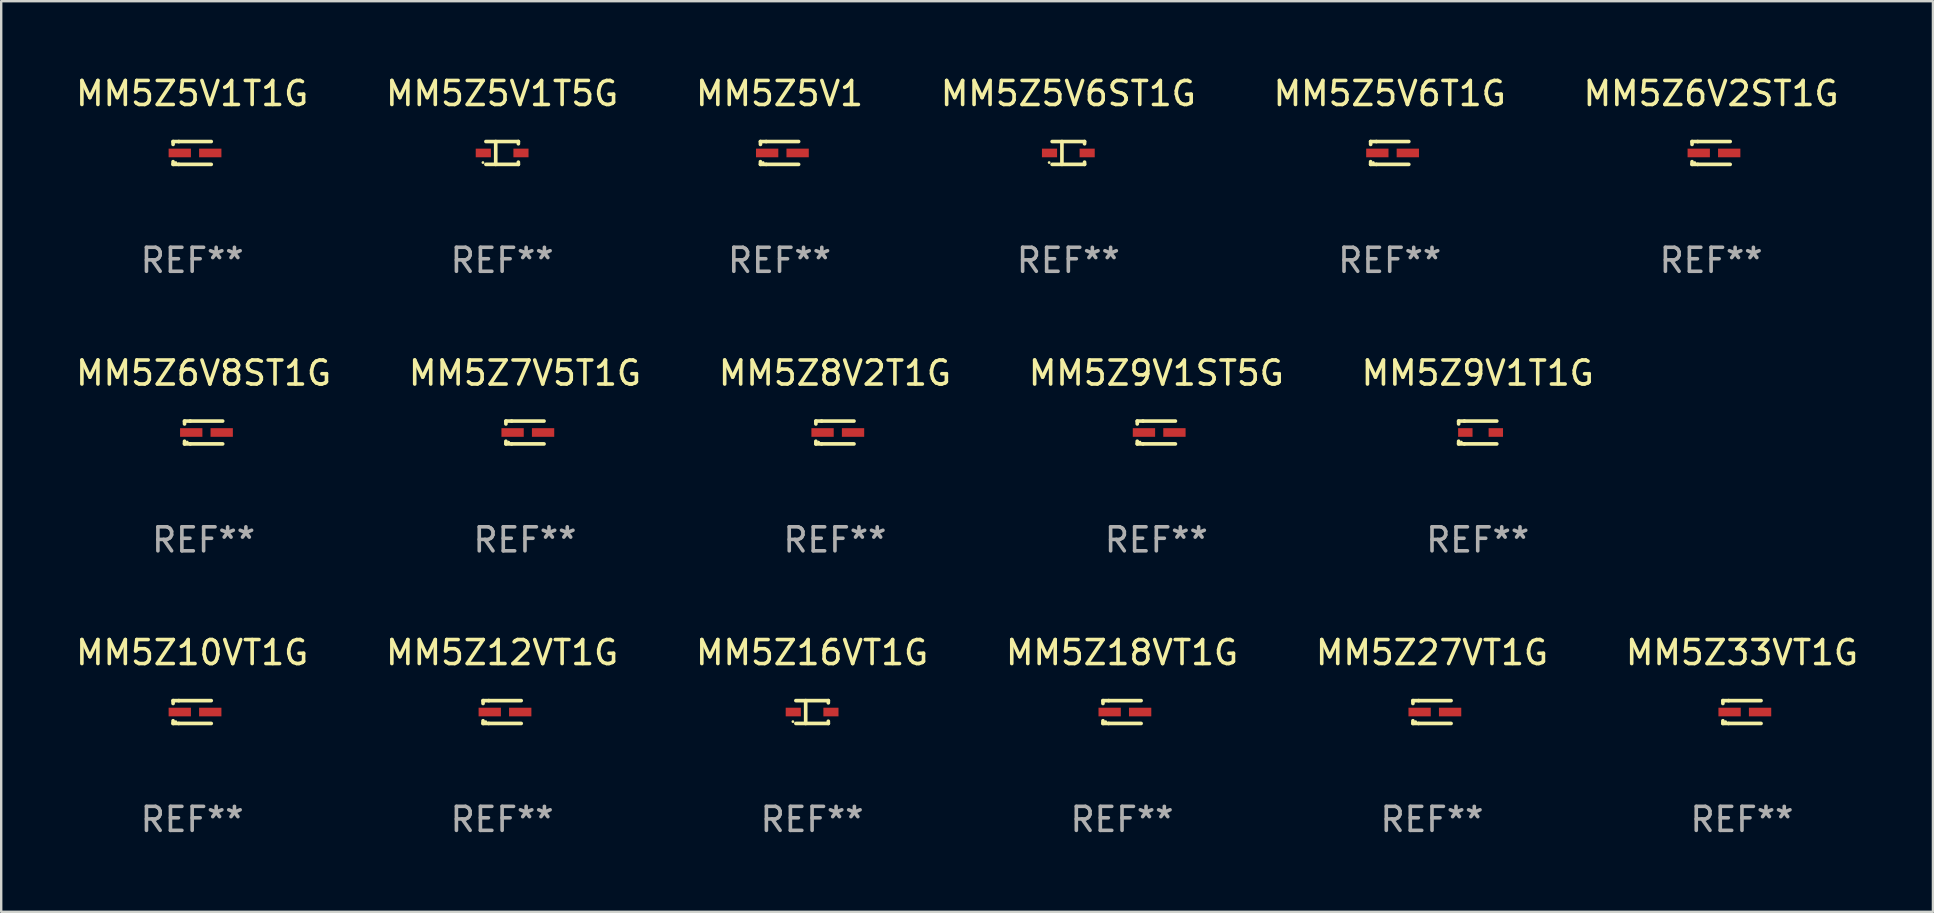
<source format=kicad_pcb>
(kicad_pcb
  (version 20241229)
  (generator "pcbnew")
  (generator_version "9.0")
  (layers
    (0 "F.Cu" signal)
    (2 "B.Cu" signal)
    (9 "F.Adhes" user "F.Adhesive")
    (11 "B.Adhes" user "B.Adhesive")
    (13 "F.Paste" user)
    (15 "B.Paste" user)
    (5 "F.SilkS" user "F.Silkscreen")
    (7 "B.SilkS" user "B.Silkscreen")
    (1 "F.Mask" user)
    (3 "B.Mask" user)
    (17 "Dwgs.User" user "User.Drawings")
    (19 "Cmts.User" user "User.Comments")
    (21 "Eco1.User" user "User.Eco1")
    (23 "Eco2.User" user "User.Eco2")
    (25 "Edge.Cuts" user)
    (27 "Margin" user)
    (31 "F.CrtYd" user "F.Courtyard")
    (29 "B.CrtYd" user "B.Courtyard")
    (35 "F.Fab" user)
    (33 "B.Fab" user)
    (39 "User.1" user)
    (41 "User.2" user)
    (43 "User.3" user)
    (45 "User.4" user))
  (footprint "MM5Z5V6T1G"
    (layer "F.Cu")
    (at 54.863 3.324)
    (property "Reference" "MM5Z5V6T1G" (at 0 -2.476 0) (layer "F.SilkS") (effects (font (size 1 1) (thickness 0.15))))
    (attr through_hole)
    (fp_line (start -0.795 -0.476) (end -0.795 -0.356) (stroke (width 0.152) (type solid)) (layer "F.SilkS"))
    (fp_line (start -0.795 0.363) (end -0.795 0.476) (stroke (width 0.152) (type solid)) (layer "F.SilkS"))
    (fp_line (start -0.795 0.476) (end -0.557 0.476) (stroke (width 0.152) (type solid)) (layer "F.SilkS"))
    (fp_line (start -0.557 -0.476) (end -0.795 -0.476) (stroke (width 0.152) (type solid)) (layer "F.SilkS"))
    (fp_line (start -0.557 -0.476) (end 0.795 -0.476) (stroke (width 0.152) (type solid)) (layer "F.SilkS"))
    (fp_line (start -0.557 0.476) (end 0.795 0.476) (stroke (width 0.152) (type solid)) (layer "F.SilkS"))
    (fp_circle (center -0.681 0.4) (end -0.651 0.4) (stroke (width 0.06) (type solid)) (fill no) (layer "F.SilkS"))
    (fp_text user "REF**" (at 0 4.476 0) (layer "F.Fab") (effects (font (size 1 1) (thickness 0.15))))
    (pad "1" smd rect (at -0.516 0 180) (size 0.93 0.36) (layers "F.Cu" "F.Mask" "F.Paste"))
    (pad "2" smd rect (at 0.754 0 180) (size 0.93 0.36) (layers "F.Cu" "F.Mask" "F.Paste")))
  (footprint "MM5Z9V1T1G"
    (layer "F.Cu")
    (at 58.53 14.973)
    (property "Reference" "MM5Z9V1T1G" (at 0 -2.476 0) (layer "F.SilkS") (effects (font (size 1 1) (thickness 0.15))))
    (attr through_hole)
    (fp_line (start -0.795 -0.476) (end -0.795 -0.356) (stroke (width 0.152) (type solid)) (layer "F.SilkS"))
    (fp_line (start -0.795 0.363) (end -0.795 0.476) (stroke (width 0.152) (type solid)) (layer "F.SilkS"))
    (fp_line (start -0.795 0.476) (end -0.557 0.476) (stroke (width 0.152) (type solid)) (layer "F.SilkS"))
    (fp_line (start -0.557 -0.476) (end -0.795 -0.476) (stroke (width 0.152) (type solid)) (layer "F.SilkS"))
    (fp_line (start -0.557 -0.476) (end 0.795 -0.476) (stroke (width 0.152) (type solid)) (layer "F.SilkS"))
    (fp_line (start -0.557 0.476) (end 0.795 0.476) (stroke (width 0.152) (type solid)) (layer "F.SilkS"))
    (fp_circle (center -0.681 0.4) (end -0.651 0.4) (stroke (width 0.06) (type solid)) (fill no) (layer "F.SilkS"))
    (fp_text user "REF**" (at 0 4.476 0) (layer "F.Fab") (effects (font (size 1 1) (thickness 0.15))))
    (pad "1" smd rect (at -0.516 -0.000051 180) (size 0.6 0.36) (layers "F.Cu" "F.Mask" "F.Paste"))
    (pad "2" smd rect (at 0.754 -0.000051 180) (size 0.6 0.36) (layers "F.Cu" "F.Mask" "F.Paste")))
  (footprint "MM5Z10VT1G"
    (layer "F.Cu")
    (at 4.958 26.622)
    (property "Reference" "MM5Z10VT1G" (at 0 -2.476 0) (layer "F.SilkS") (effects (font (size 1 1) (thickness 0.15))))
    (attr through_hole)
    (fp_line (start -0.795 -0.476) (end -0.795 -0.356) (stroke (width 0.152) (type solid)) (layer "F.SilkS"))
    (fp_line (start -0.795 0.363) (end -0.795 0.476) (stroke (width 0.152) (type solid)) (layer "F.SilkS"))
    (fp_line (start -0.795 0.476) (end -0.557 0.476) (stroke (width 0.152) (type solid)) (layer "F.SilkS"))
    (fp_line (start -0.557 -0.476) (end -0.795 -0.476) (stroke (width 0.152) (type solid)) (layer "F.SilkS"))
    (fp_line (start -0.557 -0.476) (end 0.795 -0.476) (stroke (width 0.152) (type solid)) (layer "F.SilkS"))
    (fp_line (start -0.557 0.476) (end 0.795 0.476) (stroke (width 0.152) (type solid)) (layer "F.SilkS"))
    (fp_circle (center -0.681 0.4) (end -0.651 0.4) (stroke (width 0.06) (type solid)) (fill no) (layer "F.SilkS"))
    (fp_text user "REF**" (at 0 4.476 0) (layer "F.Fab") (effects (font (size 1 1) (thickness 0.15))))
    (pad "1" smd rect (at -0.516 0 180) (size 0.93 0.36) (layers "F.Cu" "F.Mask" "F.Paste"))
    (pad "2" smd rect (at 0.754 0 180) (size 0.93 0.36) (layers "F.Cu" "F.Mask" "F.Paste")))
  (footprint "MM5Z33VT1G"
    (layer "F.Cu")
    (at 69.542 26.622)
    (property "Reference" "MM5Z33VT1G" (at 0 -2.476 0) (layer "F.SilkS") (effects (font (size 1 1) (thickness 0.15))))
    (attr through_hole)
    (fp_line (start -0.795 -0.476) (end -0.795 -0.356) (stroke (width 0.152) (type solid)) (layer "F.SilkS"))
    (fp_line (start -0.795 0.363) (end -0.795 0.476) (stroke (width 0.152) (type solid)) (layer "F.SilkS"))
    (fp_line (start -0.795 0.476) (end -0.557 0.476) (stroke (width 0.152) (type solid)) (layer "F.SilkS"))
    (fp_line (start -0.557 -0.476) (end -0.795 -0.476) (stroke (width 0.152) (type solid)) (layer "F.SilkS"))
    (fp_line (start -0.557 -0.476) (end 0.795 -0.476) (stroke (width 0.152) (type solid)) (layer "F.SilkS"))
    (fp_line (start -0.557 0.476) (end 0.795 0.476) (stroke (width 0.152) (type solid)) (layer "F.SilkS"))
    (fp_circle (center -0.681 0.4) (end -0.651 0.4) (stroke (width 0.06) (type solid)) (fill no) (layer "F.SilkS"))
    (fp_text user "REF**" (at 0 4.476 0) (layer "F.Fab") (effects (font (size 1 1) (thickness 0.15))))
    (pad "1" smd rect (at -0.516 0 180) (size 0.93 0.36) (layers "F.Cu" "F.Mask" "F.Paste"))
    (pad "2" smd rect (at 0.754 0 180) (size 0.93 0.36) (layers "F.Cu" "F.Mask" "F.Paste")))
  (footprint "MM5Z5V1T5G"
    (layer "F.Cu")
    (at 17.875 3.324)
    (property "Reference" "MM5Z5V1T5G" (at 0 -2.476 0) (layer "F.SilkS") (effects (font (size 1 1) (thickness 0.15))))
    (attr through_hole)
    (fp_line (start -0.676 -0.476) (end 0.676 -0.476) (stroke (width 0.152) (type solid)) (layer "F.SilkS"))
    (fp_line (start -0.676 0.476) (end 0.676 0.476) (stroke (width 0.152) (type solid)) (layer "F.SilkS"))
    (fp_line (start -0.267 -0.476) (end -0.267 0.476) (stroke (width 0.152) (type solid)) (layer "F.SilkS"))
    (fp_line (start 0.676 -0.476) (end 0.676 -0.383) (stroke (width 0.152) (type solid)) (layer "F.SilkS"))
    (fp_line (start 0.676 0.476) (end 0.676 0.383) (stroke (width 0.152) (type solid)) (layer "F.SilkS"))
    (fp_circle (center -0.8 0.4) (end -0.77 0.4) (stroke (width 0.06) (type solid)) (fill no) (layer "F.SilkS"))
    (fp_text user "REF**" (at 0 4.476 0) (layer "F.Fab") (effects (font (size 1 1) (thickness 0.15))))
    (pad "1" smd rect (at -0.785 0) (size 0.63 0.36) (layers "F.Cu" "F.Mask" "F.Paste"))
    (pad "2" smd rect (at 0.785 0) (size 0.63 0.36) (layers "F.Cu" "F.Mask" "F.Paste")))
  (footprint "MM5Z12VT1G"
    (layer "F.Cu")
    (at 17.875 26.622)
    (property "Reference" "MM5Z12VT1G" (at 0 -2.476 0) (layer "F.SilkS") (effects (font (size 1 1) (thickness 0.15))))
    (attr through_hole)
    (fp_line (start -0.795 -0.476) (end -0.795 -0.356) (stroke (width 0.152) (type solid)) (layer "F.SilkS"))
    (fp_line (start -0.795 0.363) (end -0.795 0.476) (stroke (width 0.152) (type solid)) (layer "F.SilkS"))
    (fp_line (start -0.795 0.476) (end -0.557 0.476) (stroke (width 0.152) (type solid)) (layer "F.SilkS"))
    (fp_line (start -0.557 -0.476) (end -0.795 -0.476) (stroke (width 0.152) (type solid)) (layer "F.SilkS"))
    (fp_line (start -0.557 -0.476) (end 0.795 -0.476) (stroke (width 0.152) (type solid)) (layer "F.SilkS"))
    (fp_line (start -0.557 0.476) (end 0.795 0.476) (stroke (width 0.152) (type solid)) (layer "F.SilkS"))
    (fp_circle (center -0.681 0.4) (end -0.651 0.4) (stroke (width 0.06) (type solid)) (fill no) (layer "F.SilkS"))
    (fp_text user "REF**" (at 0 4.476 0) (layer "F.Fab") (effects (font (size 1 1) (thickness 0.15))))
    (pad "1" smd rect (at -0.516 0 180) (size 0.93 0.36) (layers "F.Cu" "F.Mask" "F.Paste"))
    (pad "2" smd rect (at 0.754 0 180) (size 0.93 0.36) (layers "F.Cu" "F.Mask" "F.Paste")))
  (footprint "MM5Z5V6ST1G"
    (layer "F.Cu")
    (at 41.47 3.324)
    (property "Reference" "MM5Z5V6ST1G" (at 0 -2.476 0) (layer "F.SilkS") (effects (font (size 1 1) (thickness 0.15))))
    (attr through_hole)
    (fp_line (start -0.676 -0.476) (end 0.676 -0.476) (stroke (width 0.152) (type solid)) (layer "F.SilkS"))
    (fp_line (start -0.676 0.476) (end 0.676 0.476) (stroke (width 0.152) (type solid)) (layer "F.SilkS"))
    (fp_line (start -0.267 -0.476) (end -0.267 0.476) (stroke (width 0.152) (type solid)) (layer "F.SilkS"))
    (fp_line (start 0.676 -0.476) (end 0.676 -0.383) (stroke (width 0.152) (type solid)) (layer "F.SilkS"))
    (fp_line (start 0.676 0.476) (end 0.676 0.383) (stroke (width 0.152) (type solid)) (layer "F.SilkS"))
    (fp_circle (center -0.8 0.4) (end -0.77 0.4) (stroke (width 0.06) (type solid)) (fill no) (layer "F.SilkS"))
    (fp_text user "REF**" (at 0 4.476 0) (layer "F.Fab") (effects (font (size 1 1) (thickness 0.15))))
    (pad "1" smd rect (at -0.785 0) (size 0.63 0.36) (layers "F.Cu" "F.Mask" "F.Paste"))
    (pad "2" smd rect (at 0.785 0) (size 0.63 0.36) (layers "F.Cu" "F.Mask" "F.Paste")))
  (footprint "MM5Z6V8ST1G"
    (layer "F.Cu")
    (at 5.435 14.973)
    (property "Reference" "MM5Z6V8ST1G" (at 0 -2.476 0) (layer "F.SilkS") (effects (font (size 1 1) (thickness 0.15))))
    (attr through_hole)
    (fp_line (start -0.795 -0.476) (end -0.795 -0.356) (stroke (width 0.152) (type solid)) (layer "F.SilkS"))
    (fp_line (start -0.795 0.363) (end -0.795 0.476) (stroke (width 0.152) (type solid)) (layer "F.SilkS"))
    (fp_line (start -0.795 0.476) (end -0.557 0.476) (stroke (width 0.152) (type solid)) (layer "F.SilkS"))
    (fp_line (start -0.557 -0.476) (end -0.795 -0.476) (stroke (width 0.152) (type solid)) (layer "F.SilkS"))
    (fp_line (start -0.557 -0.476) (end 0.795 -0.476) (stroke (width 0.152) (type solid)) (layer "F.SilkS"))
    (fp_line (start -0.557 0.476) (end 0.795 0.476) (stroke (width 0.152) (type solid)) (layer "F.SilkS"))
    (fp_circle (center -0.681 0.4) (end -0.651 0.4) (stroke (width 0.06) (type solid)) (fill no) (layer "F.SilkS"))
    (fp_text user "REF**" (at 0 4.476 0) (layer "F.Fab") (effects (font (size 1 1) (thickness 0.15))))
    (pad "1" smd rect (at -0.516 0 180) (size 0.93 0.36) (layers "F.Cu" "F.Mask" "F.Paste"))
    (pad "2" smd rect (at 0.754 0 180) (size 0.93 0.36) (layers "F.Cu" "F.Mask" "F.Paste")))
  (footprint "MM5Z18VT1G"
    (layer "F.Cu")
    (at 43.708 26.622)
    (property "Reference" "MM5Z18VT1G" (at 0 -2.476 0) (layer "F.SilkS") (effects (font (size 1 1) (thickness 0.15))))
    (attr through_hole)
    (fp_line (start -0.795 -0.476) (end -0.795 -0.356) (stroke (width 0.152) (type solid)) (layer "F.SilkS"))
    (fp_line (start -0.795 0.363) (end -0.795 0.476) (stroke (width 0.152) (type solid)) (layer "F.SilkS"))
    (fp_line (start -0.795 0.476) (end -0.557 0.476) (stroke (width 0.152) (type solid)) (layer "F.SilkS"))
    (fp_line (start -0.557 -0.476) (end -0.795 -0.476) (stroke (width 0.152) (type solid)) (layer "F.SilkS"))
    (fp_line (start -0.557 -0.476) (end 0.795 -0.476) (stroke (width 0.152) (type solid)) (layer "F.SilkS"))
    (fp_line (start -0.557 0.476) (end 0.795 0.476) (stroke (width 0.152) (type solid)) (layer "F.SilkS"))
    (fp_circle (center -0.681 0.4) (end -0.651 0.4) (stroke (width 0.06) (type solid)) (fill no) (layer "F.SilkS"))
    (fp_text user "REF**" (at 0 4.476 0) (layer "F.Fab") (effects (font (size 1 1) (thickness 0.15))))
    (pad "1" smd rect (at -0.516 0 180) (size 0.93 0.36) (layers "F.Cu" "F.Mask" "F.Paste"))
    (pad "2" smd rect (at 0.754 0 180) (size 0.93 0.36) (layers "F.Cu" "F.Mask" "F.Paste")))
  (footprint "MM5Z27VT1G"
    (layer "F.Cu")
    (at 56.625 26.622)
    (property "Reference" "MM5Z27VT1G" (at 0 -2.476 0) (layer "F.SilkS") (effects (font (size 1 1) (thickness 0.15))))
    (attr through_hole)
    (fp_line (start -0.795 -0.476) (end -0.795 -0.356) (stroke (width 0.152) (type solid)) (layer "F.SilkS"))
    (fp_line (start -0.795 0.363) (end -0.795 0.476) (stroke (width 0.152) (type solid)) (layer "F.SilkS"))
    (fp_line (start -0.795 0.476) (end -0.557 0.476) (stroke (width 0.152) (type solid)) (layer "F.SilkS"))
    (fp_line (start -0.557 -0.476) (end -0.795 -0.476) (stroke (width 0.152) (type solid)) (layer "F.SilkS"))
    (fp_line (start -0.557 -0.476) (end 0.795 -0.476) (stroke (width 0.152) (type solid)) (layer "F.SilkS"))
    (fp_line (start -0.557 0.476) (end 0.795 0.476) (stroke (width 0.152) (type solid)) (layer "F.SilkS"))
    (fp_circle (center -0.681 0.4) (end -0.651 0.4) (stroke (width 0.06) (type solid)) (fill no) (layer "F.SilkS"))
    (fp_text user "REF**" (at 0 4.476 0) (layer "F.Fab") (effects (font (size 1 1) (thickness 0.15))))
    (pad "1" smd rect (at -0.516 0 180) (size 0.93 0.36) (layers "F.Cu" "F.Mask" "F.Paste"))
    (pad "2" smd rect (at 0.754 0 180) (size 0.93 0.36) (layers "F.Cu" "F.Mask" "F.Paste")))
  (footprint "MM5Z8V2T1G"
    (layer "F.Cu")
    (at 31.744 14.973)
    (property "Reference" "MM5Z8V2T1G" (at 0 -2.476 0) (layer "F.SilkS") (effects (font (size 1 1) (thickness 0.15))))
    (attr through_hole)
    (fp_line (start -0.795 -0.476) (end -0.795 -0.356) (stroke (width 0.152) (type solid)) (layer "F.SilkS"))
    (fp_line (start -0.795 0.363) (end -0.795 0.476) (stroke (width 0.152) (type solid)) (layer "F.SilkS"))
    (fp_line (start -0.795 0.476) (end -0.557 0.476) (stroke (width 0.152) (type solid)) (layer "F.SilkS"))
    (fp_line (start -0.557 -0.476) (end -0.795 -0.476) (stroke (width 0.152) (type solid)) (layer "F.SilkS"))
    (fp_line (start -0.557 -0.476) (end 0.795 -0.476) (stroke (width 0.152) (type solid)) (layer "F.SilkS"))
    (fp_line (start -0.557 0.476) (end 0.795 0.476) (stroke (width 0.152) (type solid)) (layer "F.SilkS"))
    (fp_circle (center -0.681 0.4) (end -0.651 0.4) (stroke (width 0.06) (type solid)) (fill no) (layer "F.SilkS"))
    (fp_text user "REF**" (at 0 4.476 0) (layer "F.Fab") (effects (font (size 1 1) (thickness 0.15))))
    (pad "1" smd rect (at -0.516 0 180) (size 0.93 0.36) (layers "F.Cu" "F.Mask" "F.Paste"))
    (pad "2" smd rect (at 0.754 0 180) (size 0.93 0.36) (layers "F.Cu" "F.Mask" "F.Paste")))
  (footprint "MM5Z16VT1G"
    (layer "F.Cu")
    (at 30.792 26.622)
    (property "Reference" "MM5Z16VT1G" (at 0 -2.476 0) (layer "F.SilkS") (effects (font (size 1 1) (thickness 0.15))))
    (attr through_hole)
    (fp_line (start -0.676 -0.476) (end 0.676 -0.476) (stroke (width 0.152) (type solid)) (layer "F.SilkS"))
    (fp_line (start -0.676 0.476) (end 0.676 0.476) (stroke (width 0.152) (type solid)) (layer "F.SilkS"))
    (fp_line (start -0.267 -0.476) (end -0.267 0.476) (stroke (width 0.152) (type solid)) (layer "F.SilkS"))
    (fp_line (start 0.676 -0.476) (end 0.676 -0.383) (stroke (width 0.152) (type solid)) (layer "F.SilkS"))
    (fp_line (start 0.676 0.476) (end 0.676 0.383) (stroke (width 0.152) (type solid)) (layer "F.SilkS"))
    (fp_circle (center -0.8 0.4) (end -0.77 0.4) (stroke (width 0.06) (type solid)) (fill no) (layer "F.SilkS"))
    (fp_text user "REF**" (at 0 4.476 0) (layer "F.Fab") (effects (font (size 1 1) (thickness 0.15))))
    (pad "1" smd rect (at -0.785 0) (size 0.63 0.36) (layers "F.Cu" "F.Mask" "F.Paste"))
    (pad "2" smd rect (at 0.785 0) (size 0.63 0.36) (layers "F.Cu" "F.Mask" "F.Paste")))
  (footprint "MM5Z6V2ST1G"
    (layer "F.Cu")
    (at 68.256 3.324)
    (property "Reference" "MM5Z6V2ST1G" (at 0 -2.476 0) (layer "F.SilkS") (effects (font (size 1 1) (thickness 0.15))))
    (attr through_hole)
    (fp_line (start -0.795 -0.476) (end -0.795 -0.356) (stroke (width 0.152) (type solid)) (layer "F.SilkS"))
    (fp_line (start -0.795 0.363) (end -0.795 0.476) (stroke (width 0.152) (type solid)) (layer "F.SilkS"))
    (fp_line (start -0.795 0.476) (end -0.557 0.476) (stroke (width 0.152) (type solid)) (layer "F.SilkS"))
    (fp_line (start -0.557 -0.476) (end -0.795 -0.476) (stroke (width 0.152) (type solid)) (layer "F.SilkS"))
    (fp_line (start -0.557 -0.476) (end 0.795 -0.476) (stroke (width 0.152) (type solid)) (layer "F.SilkS"))
    (fp_line (start -0.557 0.476) (end 0.795 0.476) (stroke (width 0.152) (type solid)) (layer "F.SilkS"))
    (fp_circle (center -0.681 0.4) (end -0.651 0.4) (stroke (width 0.06) (type solid)) (fill no) (layer "F.SilkS"))
    (fp_text user "REF**" (at 0 4.476 0) (layer "F.Fab") (effects (font (size 1 1) (thickness 0.15))))
    (pad "1" smd rect (at -0.516 0 180) (size 0.93 0.36) (layers "F.Cu" "F.Mask" "F.Paste"))
    (pad "2" smd rect (at 0.754 0 180) (size 0.93 0.36) (layers "F.Cu" "F.Mask" "F.Paste")))
  (footprint "MM5Z9V1ST5G"
    (layer "F.Cu")
    (at 45.137 14.973)
    (property "Reference" "MM5Z9V1ST5G" (at 0 -2.476 0) (layer "F.SilkS") (effects (font (size 1 1) (thickness 0.15))))
    (attr through_hole)
    (fp_line (start -0.795 -0.476) (end -0.795 -0.356) (stroke (width 0.152) (type solid)) (layer "F.SilkS"))
    (fp_line (start -0.795 0.363) (end -0.795 0.476) (stroke (width 0.152) (type solid)) (layer "F.SilkS"))
    (fp_line (start -0.795 0.476) (end -0.557 0.476) (stroke (width 0.152) (type solid)) (layer "F.SilkS"))
    (fp_line (start -0.557 -0.476) (end -0.795 -0.476) (stroke (width 0.152) (type solid)) (layer "F.SilkS"))
    (fp_line (start -0.557 -0.476) (end 0.795 -0.476) (stroke (width 0.152) (type solid)) (layer "F.SilkS"))
    (fp_line (start -0.557 0.476) (end 0.795 0.476) (stroke (width 0.152) (type solid)) (layer "F.SilkS"))
    (fp_circle (center -0.681 0.4) (end -0.651 0.4) (stroke (width 0.06) (type solid)) (fill no) (layer "F.SilkS"))
    (fp_text user "REF**" (at 0 4.476 0) (layer "F.Fab") (effects (font (size 1 1) (thickness 0.15))))
    (pad "1" smd rect (at -0.516 0 180) (size 0.93 0.36) (layers "F.Cu" "F.Mask" "F.Paste"))
    (pad "2" smd rect (at 0.754 0 180) (size 0.93 0.36) (layers "F.Cu" "F.Mask" "F.Paste")))
  (footprint "MM5Z5V1"
    (layer "F.Cu")
    (at 29.435 3.324)
    (property "Reference" "MM5Z5V1" (at 0 -2.476 0) (layer "F.SilkS") (effects (font (size 1 1) (thickness 0.15))))
    (attr through_hole)
    (fp_line (start -0.795 -0.476) (end -0.795 -0.356) (stroke (width 0.152) (type solid)) (layer "F.SilkS"))
    (fp_line (start -0.795 0.363) (end -0.795 0.476) (stroke (width 0.152) (type solid)) (layer "F.SilkS"))
    (fp_line (start -0.795 0.476) (end -0.557 0.476) (stroke (width 0.152) (type solid)) (layer "F.SilkS"))
    (fp_line (start -0.557 -0.476) (end -0.795 -0.476) (stroke (width 0.152) (type solid)) (layer "F.SilkS"))
    (fp_line (start -0.557 -0.476) (end 0.795 -0.476) (stroke (width 0.152) (type solid)) (layer "F.SilkS"))
    (fp_line (start -0.557 0.476) (end 0.795 0.476) (stroke (width 0.152) (type solid)) (layer "F.SilkS"))
    (fp_circle (center -0.681 0.4) (end -0.651 0.4) (stroke (width 0.06) (type solid)) (fill no) (layer "F.SilkS"))
    (fp_text user "REF**" (at 0 4.476 0) (layer "F.Fab") (effects (font (size 1 1) (thickness 0.15))))
    (pad "1" smd rect (at -0.516 0 180) (size 0.93 0.36) (layers "F.Cu" "F.Mask" "F.Paste"))
    (pad "2" smd rect (at 0.754 0 180) (size 0.93 0.36) (layers "F.Cu" "F.Mask" "F.Paste")))
  (footprint "MM5Z5V1T1G"
    (layer "F.Cu")
    (at 4.958 3.324)
    (property "Reference" "MM5Z5V1T1G" (at 0 -2.476 0) (layer "F.SilkS") (effects (font (size 1 1) (thickness 0.15))))
    (attr through_hole)
    (fp_line (start -0.795 -0.476) (end -0.795 -0.356) (stroke (width 0.152) (type solid)) (layer "F.SilkS"))
    (fp_line (start -0.795 0.363) (end -0.795 0.476) (stroke (width 0.152) (type solid)) (layer "F.SilkS"))
    (fp_line (start -0.795 0.476) (end -0.557 0.476) (stroke (width 0.152) (type solid)) (layer "F.SilkS"))
    (fp_line (start -0.557 -0.476) (end -0.795 -0.476) (stroke (width 0.152) (type solid)) (layer "F.SilkS"))
    (fp_line (start -0.557 -0.476) (end 0.795 -0.476) (stroke (width 0.152) (type solid)) (layer "F.SilkS"))
    (fp_line (start -0.557 0.476) (end 0.795 0.476) (stroke (width 0.152) (type solid)) (layer "F.SilkS"))
    (fp_circle (center -0.681 0.4) (end -0.651 0.4) (stroke (width 0.06) (type solid)) (fill no) (layer "F.SilkS"))
    (fp_text user "REF**" (at 0 4.476 0) (layer "F.Fab") (effects (font (size 1 1) (thickness 0.15))))
    (pad "1" smd rect (at -0.516 0 180) (size 0.93 0.36) (layers "F.Cu" "F.Mask" "F.Paste"))
    (pad "2" smd rect (at 0.754 0 180) (size 0.93 0.36) (layers "F.Cu" "F.Mask" "F.Paste")))
  (footprint "MM5Z7V5T1G"
    (layer "F.Cu")
    (at 18.827 14.973)
    (property "Reference" "MM5Z7V5T1G" (at 0 -2.476 0) (layer "F.SilkS") (effects (font (size 1 1) (thickness 0.15))))
    (attr through_hole)
    (fp_line (start -0.795 -0.476) (end -0.795 -0.356) (stroke (width 0.152) (type solid)) (layer "F.SilkS"))
    (fp_line (start -0.795 0.363) (end -0.795 0.476) (stroke (width 0.152) (type solid)) (layer "F.SilkS"))
    (fp_line (start -0.795 0.476) (end -0.557 0.476) (stroke (width 0.152) (type solid)) (layer "F.SilkS"))
    (fp_line (start -0.557 -0.476) (end -0.795 -0.476) (stroke (width 0.152) (type solid)) (layer "F.SilkS"))
    (fp_line (start -0.557 -0.476) (end 0.795 -0.476) (stroke (width 0.152) (type solid)) (layer "F.SilkS"))
    (fp_line (start -0.557 0.476) (end 0.795 0.476) (stroke (width 0.152) (type solid)) (layer "F.SilkS"))
    (fp_circle (center -0.681 0.4) (end -0.651 0.4) (stroke (width 0.06) (type solid)) (fill no) (layer "F.SilkS"))
    (fp_text user "REF**" (at 0 4.476 0) (layer "F.Fab") (effects (font (size 1 1) (thickness 0.15))))
    (pad "1" smd rect (at -0.516 0 180) (size 0.93 0.36) (layers "F.Cu" "F.Mask" "F.Paste"))
    (pad "2" smd rect (at 0.754 0 180) (size 0.93 0.36) (layers "F.Cu" "F.Mask" "F.Paste")))
  (gr_rect
    (start -3 -3)
    (end 77.5 34.947)
    (stroke (width 0.1) (type default))
    (fill no)
    (layer "Edge.Cuts")))
</source>
